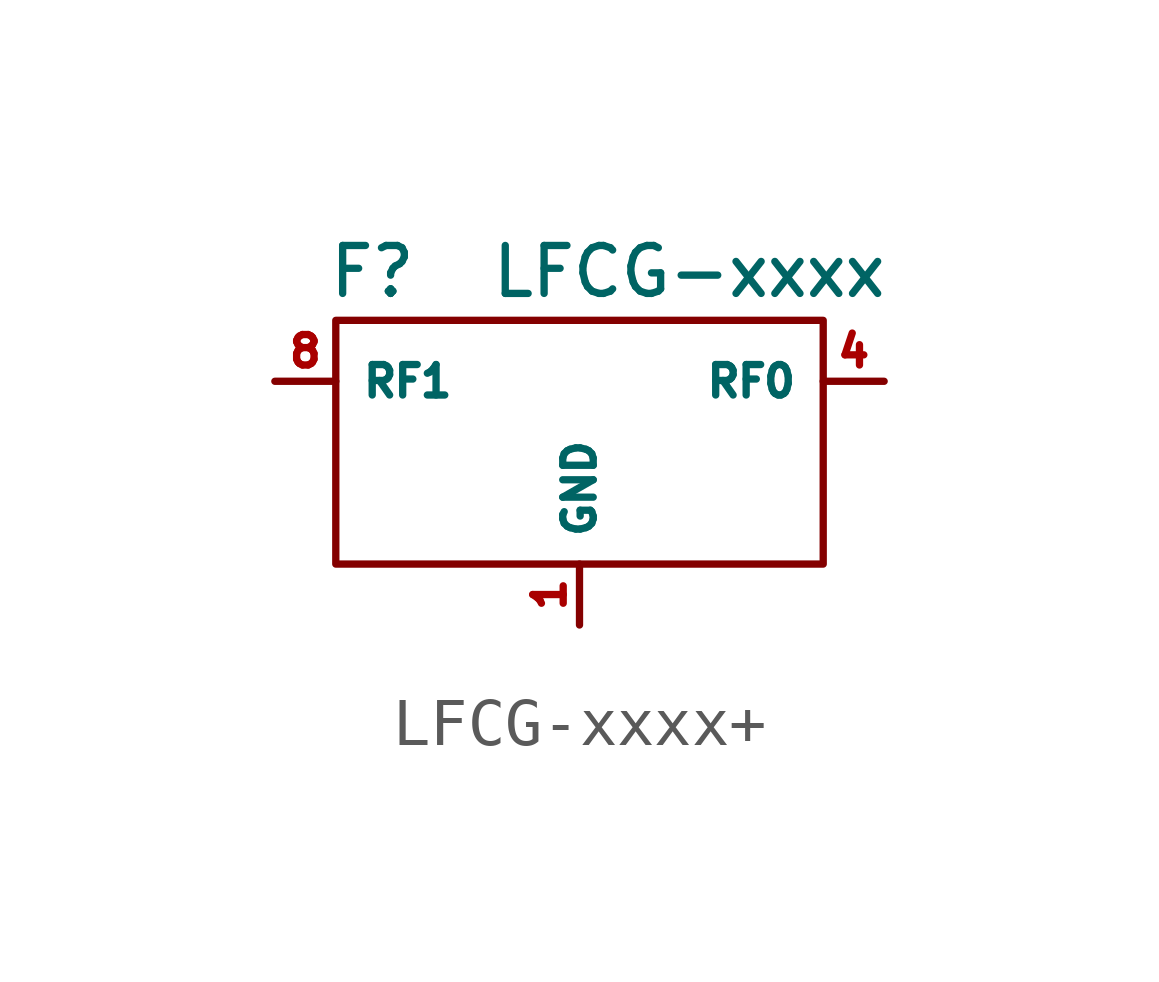
<source format=kicad_sym>
(kicad_symbol_lib
  (version 20241209)
  (generator "kicad_symbol_editor")
  (generator_version "9.0")
  (symbol "LFCG-xxxx+"
    (property "Reference" "F"
      (at -4.318 2.286 0)
      (effects (font (size 1 1))))
    (property "Value" "LFCG-xxxx"
      (at 2.286 2.286 0)
      (do_not_autoplace)
      (effects (font (size 1 1))))
    (symbol "LFCG-xxxx+_0_1"
      (rectangle (start -5.08 1.27) (end 5.08 -3.81) (stroke (width 0) (type default)) (fill (type none))))
    (symbol "LFCG-xxxx+_1_1"
      (pin passive line (at -6.35 0 0) (length 1.27) (name "RF1" (effects (font (size 0.635 0.635)))) (number "8" (effects (font (size 0.635 0.635)))))
      (pin passive line (at 0 -5.08 90) (length 1.27) (name "GND" (effects (font (size 0.635 0.635)))) (number "1" (effects (font (size 0.635 0.635)))))
      (pin passive line (at 0 -5.08 90) (length 1.27) (hide yes) (name "GND" (effects (font (size 0.635 0.635)))) (number "2" (effects (font (size 0.635 0.635)))))
      (pin passive line (at 0 -5.08 90) (length 1.27) (hide yes) (name "GND" (effects (font (size 0.635 0.635)))) (number "3" (effects (font (size 0.635 0.635)))))
      (pin passive line (at 0 -5.08 90) (length 1.27) (hide yes) (name "GND" (effects (font (size 0.635 0.635)))) (number "5" (effects (font (size 0.635 0.635)))))
      (pin passive line (at 0 -5.08 90) (length 1.27) (hide yes) (name "GND" (effects (font (size 0.635 0.635)))) (number "6" (effects (font (size 0.635 0.635)))))
      (pin passive line (at 0 -5.08 90) (length 1.27) (hide yes) (name "GND" (effects (font (size 0.635 0.635)))) (number "7" (effects (font (size 0.635 0.635)))))
      (pin passive line (at 6.35 0 180) (length 1.27) (name "RF0" (effects (font (size 0.635 0.635)))) (number "4" (effects (font (size 0.635 0.635))))))))
</source>
